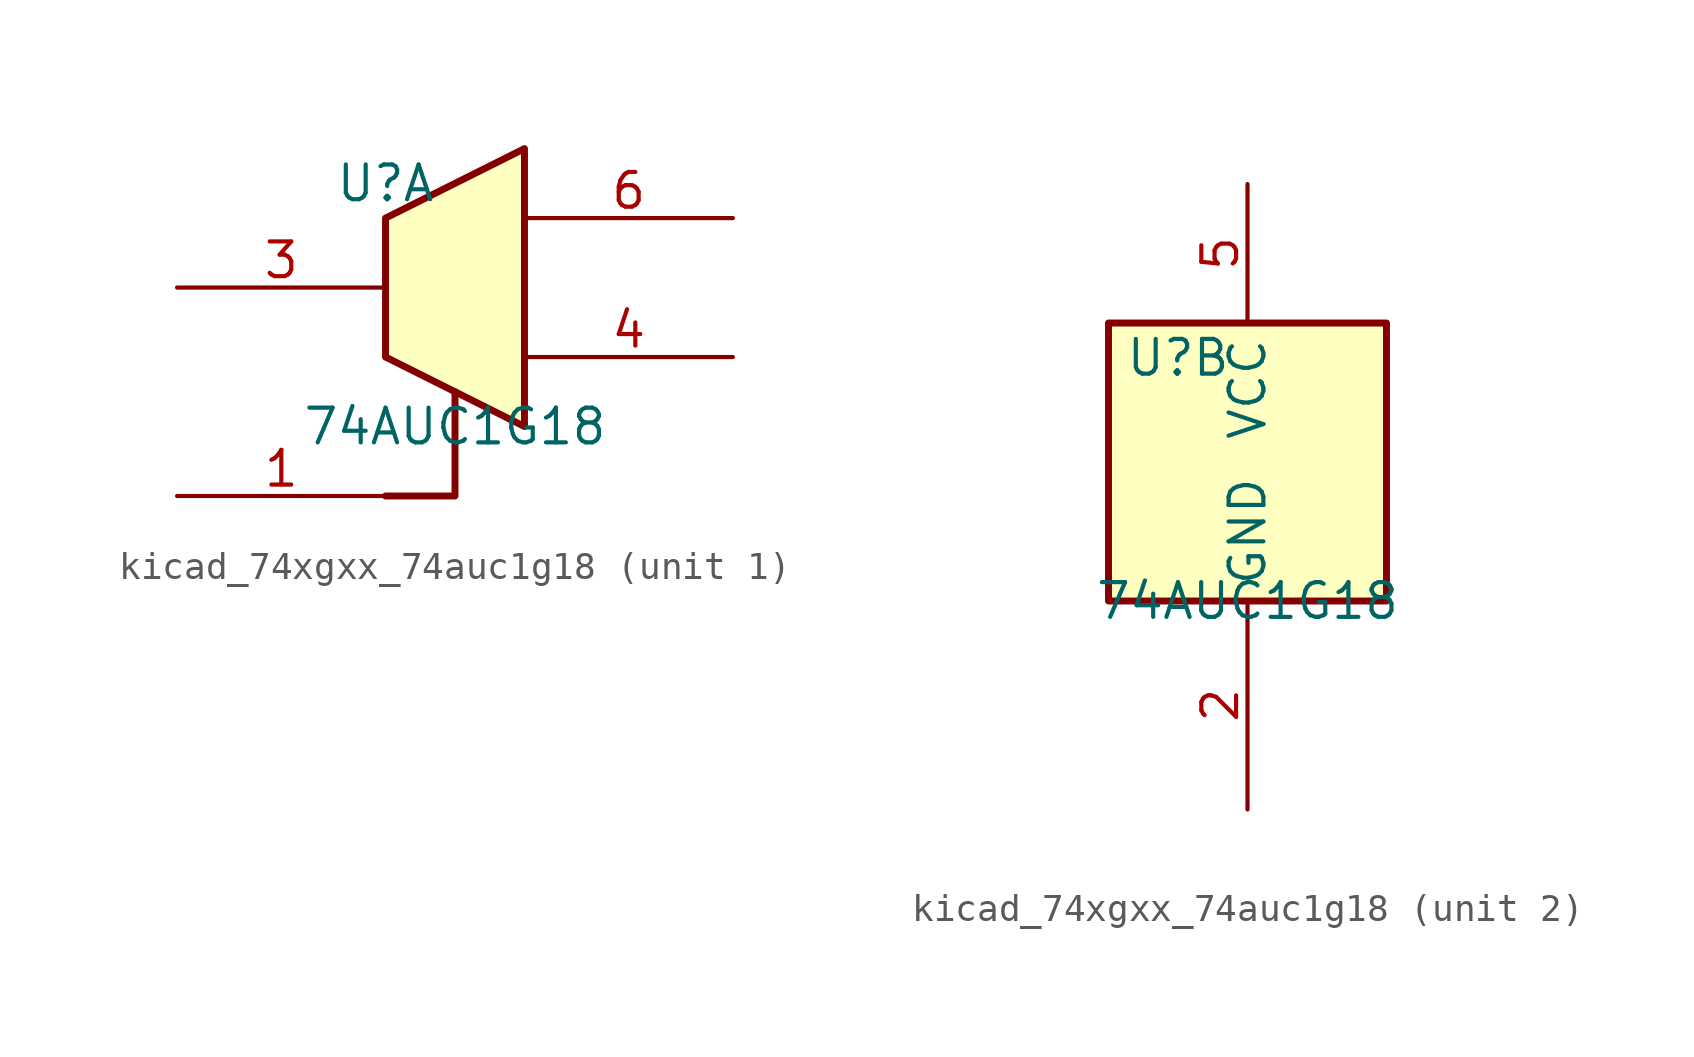
<source format=kicad_sym>
(kicad_symbol_lib
  (version 20220914)
  (generator kicad_symbol_editor)
  (symbol "kicad_74xgxx_74auc1g18"
    (property "Reference" "U"
      (at -2.54 3.81 0)
      (effects (font (size 1.27 1.27))))
    (property "Value" "74AUC1G18"
      (at 0 -5.08 0)
      (effects (font (size 1.27 1.27))))
    (property "ki_locked" ""
      (at 0 0 0)
      (effects (font (size 1.27 1.27))))
    (symbol "kicad_74xgxx_74auc1g18_1_1"
      (polyline (pts (xy -2.54 -7.62) (xy 0 -7.62) (xy 0 -3.81)) (stroke (width 0.254) (type default)) (fill (type none)))
      (polyline (pts (xy -2.54 2.54) (xy -2.54 -2.54) (xy 2.54 -5.08) (xy 2.54 -1.27) (xy 2.54 0) (xy 2.54 1.27) (xy 2.54 5.08) (xy -2.54 2.54)) (stroke (width 0.254) (type default)) (fill (type background)))
      (pin input line (at -10.16 -7.62 0) (length 7.62) (name "~" (effects (font (size 1.27 1.27)))) (number "1" (effects (font (size 1.27 1.27)))))
      (pin input line (at -10.16 0 0) (length 7.62) (name "~" (effects (font (size 1.27 1.27)))) (number "3" (effects (font (size 1.27 1.27)))))
      (pin tri_state line (at 10.16 -2.54 180) (length 7.62) (name "~" (effects (font (size 1.27 1.27)))) (number "4" (effects (font (size 1.27 1.27)))))
      (pin tri_state line (at 10.16 2.54 180) (length 7.62) (name "~" (effects (font (size 1.27 1.27)))) (number "6" (effects (font (size 1.27 1.27))))))
    (symbol "kicad_74xgxx_74auc1g18_2_1"
      (rectangle (start -5.08 5.08) (end 5.08 -5.08) (stroke (width 0.254) (type default)) (fill (type background)))
      (pin power_in line (at 0 -12.7 90) (length 7.62) (name "GND" (effects (font (size 1.27 1.27)))) (number "2" (effects (font (size 1.27 1.27)))))
      (pin power_in line (at 0 10.16 270) (length 5.08) (name "VCC" (effects (font (size 1.27 1.27)))) (number "5" (effects (font (size 1.27 1.27))))))))
</source>
